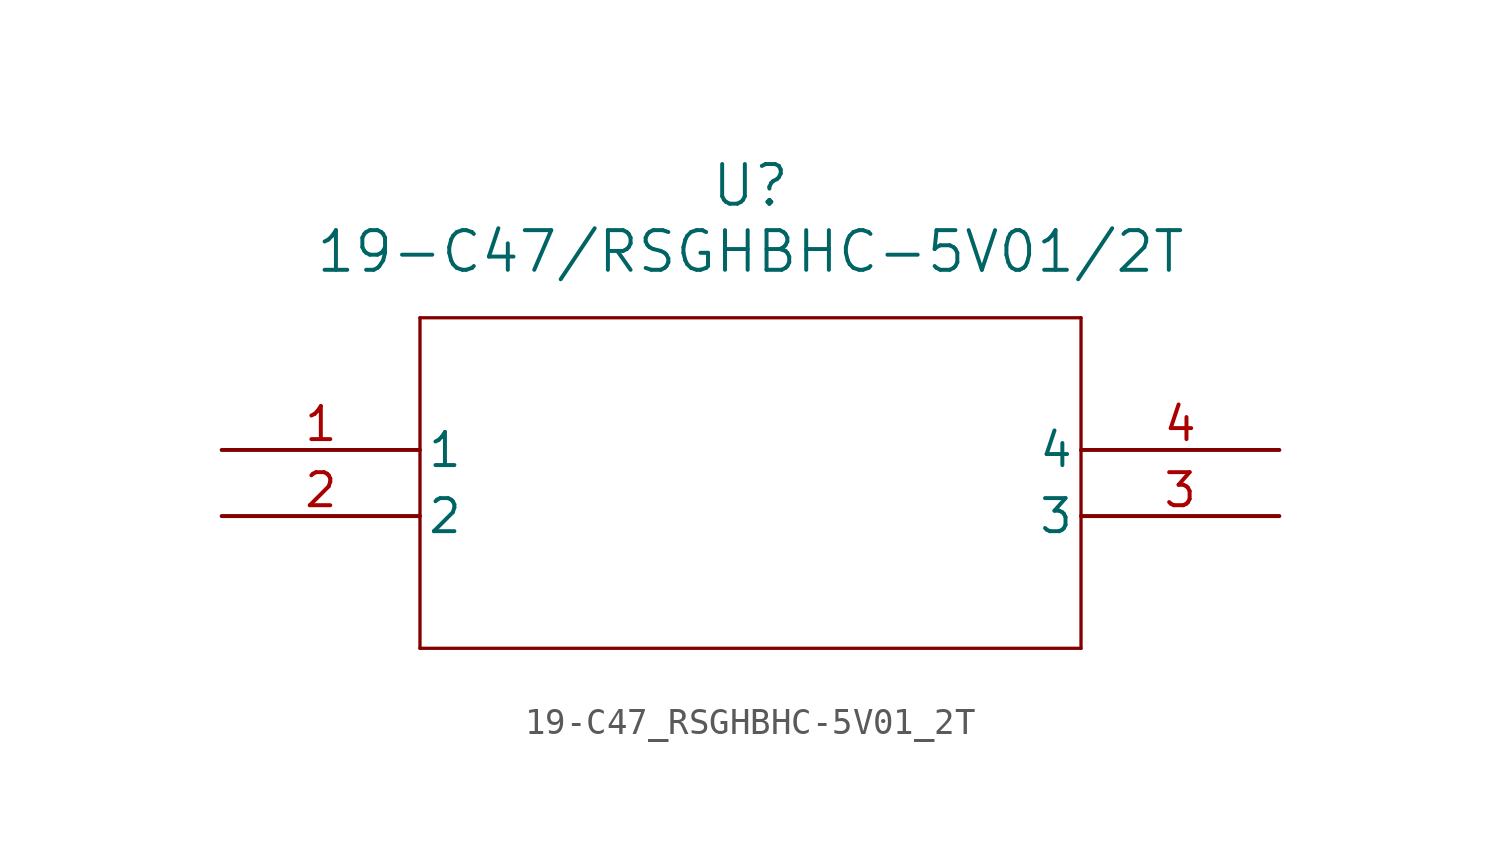
<source format=kicad_sym>
(kicad_symbol_lib
  (version 20211014)
  (generator kicad_symbol_editor)
  (symbol "19-C47_RSGHBHC-5V01_2T"
    (pin_names
      (offset 0.254))
    (property "Reference" "U"
      (at 20.32 10.16 0)
      (effects (font (size 1.524 1.524))))
    (property "Value" "19-C47/RSGHBHC-5V01/2T"
      (at 20.32 7.62 0)
      (effects (font (size 1.524 1.524))))
    (symbol "19-C47_RSGHBHC-5V01_2T_0_1"
      (polyline (pts (xy 7.62 5.08) (xy 7.62 -7.62)) (stroke (width 0.127) (type default) (color 0 0 0 0)) (fill (type none)))
      (polyline (pts (xy 7.62 -7.62) (xy 33.02 -7.62)) (stroke (width 0.127) (type default) (color 0 0 0 0)) (fill (type none)))
      (polyline (pts (xy 33.02 -7.62) (xy 33.02 5.08)) (stroke (width 0.127) (type default) (color 0 0 0 0)) (fill (type none)))
      (polyline (pts (xy 33.02 5.08) (xy 7.62 5.08)) (stroke (width 0.127) (type default) (color 0 0 0 0)) (fill (type none)))
      (pin unspecified line (at 0 0 0) (length 7.62) (name "1" (effects (font (size 1.27 1.27)))) (number "1" (effects (font (size 1.27 1.27)))))
      (pin unspecified line (at 0 -2.54 0) (length 7.62) (name "2" (effects (font (size 1.27 1.27)))) (number "2" (effects (font (size 1.27 1.27)))))
      (pin unspecified line (at 40.64 -2.54 180) (length 7.62) (name "3" (effects (font (size 1.27 1.27)))) (number "3" (effects (font (size 1.27 1.27)))))
      (pin unspecified line (at 40.64 0 180) (length 7.62) (name "4" (effects (font (size 1.27 1.27)))) (number "4" (effects (font (size 1.27 1.27))))))))
</source>
